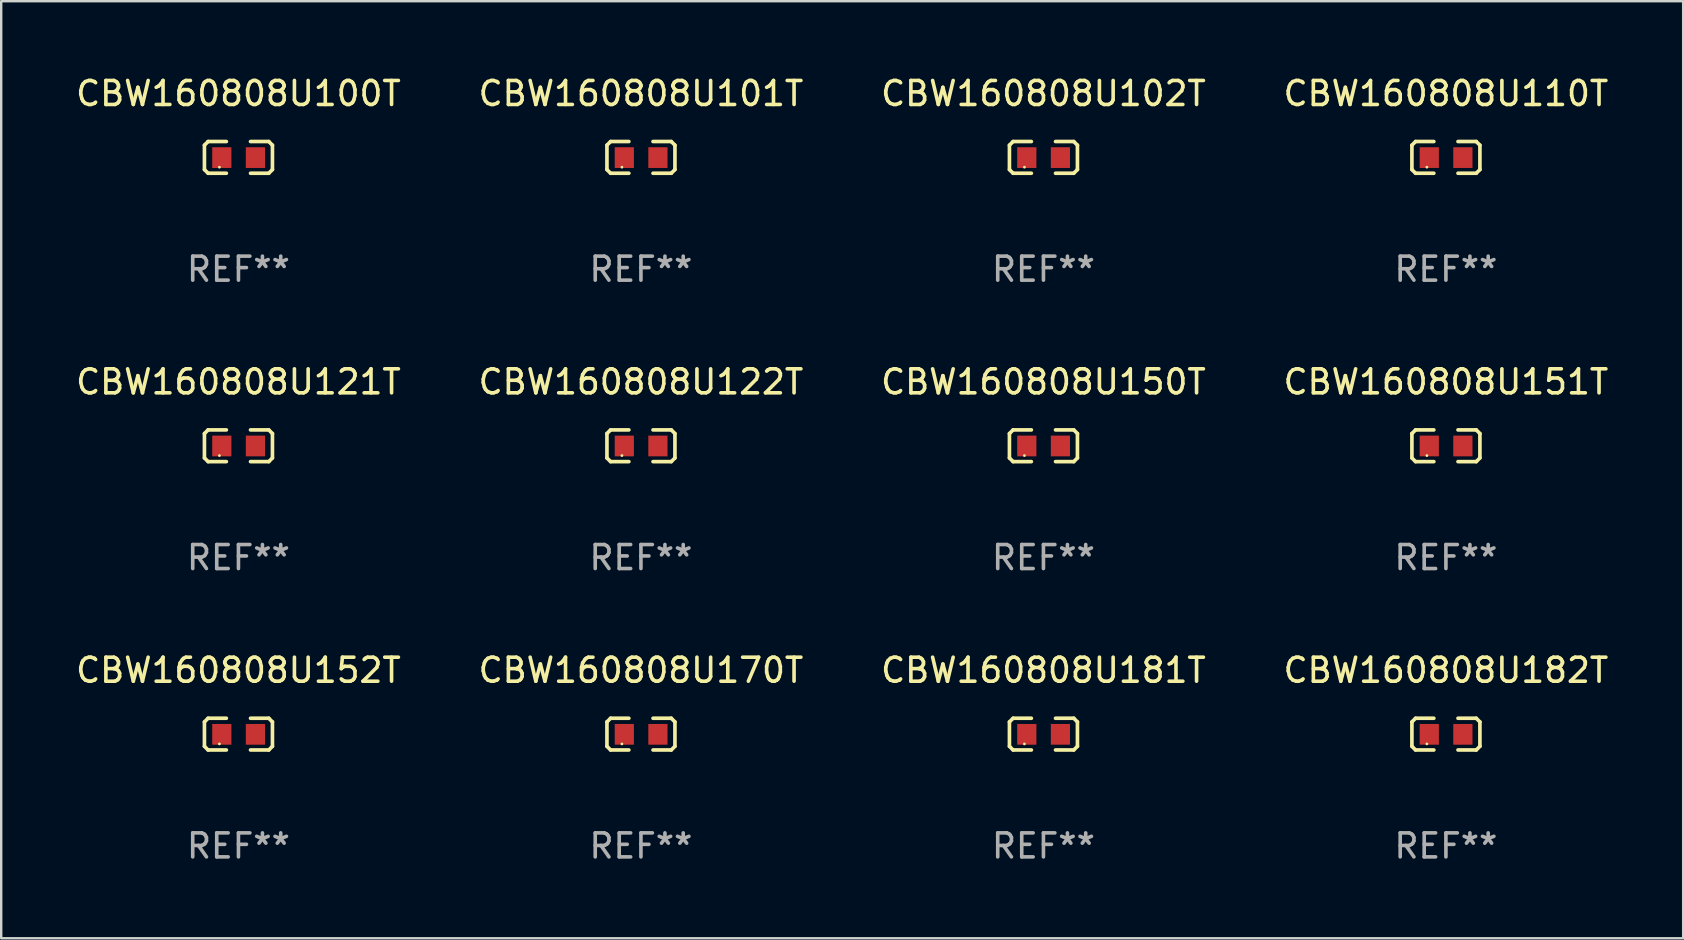
<source format=kicad_pcb>
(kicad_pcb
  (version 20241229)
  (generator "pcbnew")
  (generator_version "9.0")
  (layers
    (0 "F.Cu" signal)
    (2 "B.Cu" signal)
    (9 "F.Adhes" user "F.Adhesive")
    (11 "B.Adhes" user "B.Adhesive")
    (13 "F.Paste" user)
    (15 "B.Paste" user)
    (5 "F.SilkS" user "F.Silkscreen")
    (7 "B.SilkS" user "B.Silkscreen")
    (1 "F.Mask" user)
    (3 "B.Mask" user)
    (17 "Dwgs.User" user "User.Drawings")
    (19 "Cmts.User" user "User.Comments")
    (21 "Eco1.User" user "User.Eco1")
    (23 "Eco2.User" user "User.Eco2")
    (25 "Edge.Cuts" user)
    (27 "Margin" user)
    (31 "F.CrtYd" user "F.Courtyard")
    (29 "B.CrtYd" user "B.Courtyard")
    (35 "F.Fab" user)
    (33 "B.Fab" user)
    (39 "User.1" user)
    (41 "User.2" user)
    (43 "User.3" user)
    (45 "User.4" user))
  (footprint "CBW160808U110T"
    (layer "F.Cu")
    (at 57.208 3.509)
    (property "Reference" "CBW160808U110T" (at 0 -2.661 0) (layer "F.SilkS") (effects (font (size 1 1) (thickness 0.15))))
    (attr through_hole)
    (fp_line (start -1.417 -0.508) (end -1.265 -0.661) (stroke (width 0.152) (type solid)) (layer "F.SilkS"))
    (fp_line (start -1.417 0.508) (end -1.417 -0.508) (stroke (width 0.152) (type solid)) (layer "F.SilkS"))
    (fp_line (start -1.265 -0.661) (end -0.503 -0.661) (stroke (width 0.152) (type solid)) (layer "F.SilkS"))
    (fp_line (start -1.265 0.661) (end -1.417 0.508) (stroke (width 0.152) (type solid)) (layer "F.SilkS"))
    (fp_line (start -1.265 0.661) (end -0.503 0.661) (stroke (width 0.152) (type solid)) (layer "F.SilkS"))
    (fp_line (start 1.265 -0.661) (end 0.503 -0.661) (stroke (width 0.152) (type solid)) (layer "F.SilkS"))
    (fp_line (start 1.265 -0.661) (end 1.417 -0.508) (stroke (width 0.152) (type solid)) (layer "F.SilkS"))
    (fp_line (start 1.265 0.661) (end 0.503 0.661) (stroke (width 0.152) (type solid)) (layer "F.SilkS"))
    (fp_line (start 1.417 -0.508) (end 1.417 0.508) (stroke (width 0.152) (type solid)) (layer "F.SilkS"))
    (fp_line (start 1.417 0.508) (end 1.265 0.661) (stroke (width 0.152) (type solid)) (layer "F.SilkS"))
    (fp_circle (center -0.793 0.409) (end -0.763 0.409) (stroke (width 0.06) (type solid)) (fill no) (layer "F.SilkS"))
    (fp_text user "REF**" (at 0 4.661 0) (layer "F.Fab") (effects (font (size 1 1) (thickness 0.15))))
    (pad "1" smd rect (at -0.693 0.009 180) (size 0.8 0.864) (layers "F.Cu" "F.Mask" "F.Paste"))
    (pad "2" smd rect (at 0.707 0.009 180) (size 0.8 0.864) (layers "F.Cu" "F.Mask" "F.Paste")))
  (footprint "CBW160808U122T"
    (layer "F.Cu")
    (at 23.661 15.527)
    (property "Reference" "CBW160808U122T" (at 0 -2.661 0) (layer "F.SilkS") (effects (font (size 1 1) (thickness 0.15))))
    (attr through_hole)
    (fp_line (start -1.417 -0.508) (end -1.265 -0.661) (stroke (width 0.152) (type solid)) (layer "F.SilkS"))
    (fp_line (start -1.417 0.508) (end -1.417 -0.508) (stroke (width 0.152) (type solid)) (layer "F.SilkS"))
    (fp_line (start -1.265 -0.661) (end -0.503 -0.661) (stroke (width 0.152) (type solid)) (layer "F.SilkS"))
    (fp_line (start -1.265 0.661) (end -1.417 0.508) (stroke (width 0.152) (type solid)) (layer "F.SilkS"))
    (fp_line (start -1.265 0.661) (end -0.503 0.661) (stroke (width 0.152) (type solid)) (layer "F.SilkS"))
    (fp_line (start 1.265 -0.661) (end 0.503 -0.661) (stroke (width 0.152) (type solid)) (layer "F.SilkS"))
    (fp_line (start 1.265 -0.661) (end 1.417 -0.508) (stroke (width 0.152) (type solid)) (layer "F.SilkS"))
    (fp_line (start 1.265 0.661) (end 0.503 0.661) (stroke (width 0.152) (type solid)) (layer "F.SilkS"))
    (fp_line (start 1.417 -0.508) (end 1.417 0.508) (stroke (width 0.152) (type solid)) (layer "F.SilkS"))
    (fp_line (start 1.417 0.508) (end 1.265 0.661) (stroke (width 0.152) (type solid)) (layer "F.SilkS"))
    (fp_circle (center -0.793 0.409) (end -0.763 0.409) (stroke (width 0.06) (type solid)) (fill no) (layer "F.SilkS"))
    (fp_text user "REF**" (at 0 4.661 0) (layer "F.Fab") (effects (font (size 1 1) (thickness 0.15))))
    (pad "1" smd rect (at -0.693 0.009 180) (size 0.8 0.864) (layers "F.Cu" "F.Mask" "F.Paste"))
    (pad "2" smd rect (at 0.707 0.009 180) (size 0.8 0.864) (layers "F.Cu" "F.Mask" "F.Paste")))
  (footprint "CBW160808U181T"
    (layer "F.Cu")
    (at 40.435 27.544)
    (property "Reference" "CBW160808U181T" (at 0 -2.661 0) (layer "F.SilkS") (effects (font (size 1 1) (thickness 0.15))))
    (attr through_hole)
    (fp_line (start -1.417 -0.508) (end -1.265 -0.661) (stroke (width 0.152) (type solid)) (layer "F.SilkS"))
    (fp_line (start -1.417 0.508) (end -1.417 -0.508) (stroke (width 0.152) (type solid)) (layer "F.SilkS"))
    (fp_line (start -1.265 -0.661) (end -0.503 -0.661) (stroke (width 0.152) (type solid)) (layer "F.SilkS"))
    (fp_line (start -1.265 0.661) (end -1.417 0.508) (stroke (width 0.152) (type solid)) (layer "F.SilkS"))
    (fp_line (start -1.265 0.661) (end -0.503 0.661) (stroke (width 0.152) (type solid)) (layer "F.SilkS"))
    (fp_line (start 1.265 -0.661) (end 0.503 -0.661) (stroke (width 0.152) (type solid)) (layer "F.SilkS"))
    (fp_line (start 1.265 -0.661) (end 1.417 -0.508) (stroke (width 0.152) (type solid)) (layer "F.SilkS"))
    (fp_line (start 1.265 0.661) (end 0.503 0.661) (stroke (width 0.152) (type solid)) (layer "F.SilkS"))
    (fp_line (start 1.417 -0.508) (end 1.417 0.508) (stroke (width 0.152) (type solid)) (layer "F.SilkS"))
    (fp_line (start 1.417 0.508) (end 1.265 0.661) (stroke (width 0.152) (type solid)) (layer "F.SilkS"))
    (fp_circle (center -0.793 0.409) (end -0.763 0.409) (stroke (width 0.06) (type solid)) (fill no) (layer "F.SilkS"))
    (fp_text user "REF**" (at 0 4.661 0) (layer "F.Fab") (effects (font (size 1 1) (thickness 0.15))))
    (pad "1" smd rect (at -0.693 0.009 180) (size 0.8 0.864) (layers "F.Cu" "F.Mask" "F.Paste"))
    (pad "2" smd rect (at 0.707 0.009 180) (size 0.8 0.864) (layers "F.Cu" "F.Mask" "F.Paste")))
  (footprint "CBW160808U121T"
    (layer "F.Cu")
    (at 6.887 15.527)
    (property "Reference" "CBW160808U121T" (at 0 -2.661 0) (layer "F.SilkS") (effects (font (size 1 1) (thickness 0.15))))
    (attr through_hole)
    (fp_line (start -1.417 -0.508) (end -1.265 -0.661) (stroke (width 0.152) (type solid)) (layer "F.SilkS"))
    (fp_line (start -1.417 0.508) (end -1.417 -0.508) (stroke (width 0.152) (type solid)) (layer "F.SilkS"))
    (fp_line (start -1.265 -0.661) (end -0.503 -0.661) (stroke (width 0.152) (type solid)) (layer "F.SilkS"))
    (fp_line (start -1.265 0.661) (end -1.417 0.508) (stroke (width 0.152) (type solid)) (layer "F.SilkS"))
    (fp_line (start -1.265 0.661) (end -0.503 0.661) (stroke (width 0.152) (type solid)) (layer "F.SilkS"))
    (fp_line (start 1.265 -0.661) (end 0.503 -0.661) (stroke (width 0.152) (type solid)) (layer "F.SilkS"))
    (fp_line (start 1.265 -0.661) (end 1.417 -0.508) (stroke (width 0.152) (type solid)) (layer "F.SilkS"))
    (fp_line (start 1.265 0.661) (end 0.503 0.661) (stroke (width 0.152) (type solid)) (layer "F.SilkS"))
    (fp_line (start 1.417 -0.508) (end 1.417 0.508) (stroke (width 0.152) (type solid)) (layer "F.SilkS"))
    (fp_line (start 1.417 0.508) (end 1.265 0.661) (stroke (width 0.152) (type solid)) (layer "F.SilkS"))
    (fp_circle (center -0.793 0.409) (end -0.763 0.409) (stroke (width 0.06) (type solid)) (fill no) (layer "F.SilkS"))
    (fp_text user "REF**" (at 0 4.661 0) (layer "F.Fab") (effects (font (size 1 1) (thickness 0.15))))
    (pad "1" smd rect (at -0.693 0.009 180) (size 0.8 0.864) (layers "F.Cu" "F.Mask" "F.Paste"))
    (pad "2" smd rect (at 0.707 0.009 180) (size 0.8 0.864) (layers "F.Cu" "F.Mask" "F.Paste")))
  (footprint "CBW160808U152T"
    (layer "F.Cu")
    (at 6.887 27.544)
    (property "Reference" "CBW160808U152T" (at 0 -2.661 0) (layer "F.SilkS") (effects (font (size 1 1) (thickness 0.15))))
    (attr through_hole)
    (fp_line (start -1.417 -0.508) (end -1.265 -0.661) (stroke (width 0.152) (type solid)) (layer "F.SilkS"))
    (fp_line (start -1.417 0.508) (end -1.417 -0.508) (stroke (width 0.152) (type solid)) (layer "F.SilkS"))
    (fp_line (start -1.265 -0.661) (end -0.503 -0.661) (stroke (width 0.152) (type solid)) (layer "F.SilkS"))
    (fp_line (start -1.265 0.661) (end -1.417 0.508) (stroke (width 0.152) (type solid)) (layer "F.SilkS"))
    (fp_line (start -1.265 0.661) (end -0.503 0.661) (stroke (width 0.152) (type solid)) (layer "F.SilkS"))
    (fp_line (start 1.265 -0.661) (end 0.503 -0.661) (stroke (width 0.152) (type solid)) (layer "F.SilkS"))
    (fp_line (start 1.265 -0.661) (end 1.417 -0.508) (stroke (width 0.152) (type solid)) (layer "F.SilkS"))
    (fp_line (start 1.265 0.661) (end 0.503 0.661) (stroke (width 0.152) (type solid)) (layer "F.SilkS"))
    (fp_line (start 1.417 -0.508) (end 1.417 0.508) (stroke (width 0.152) (type solid)) (layer "F.SilkS"))
    (fp_line (start 1.417 0.508) (end 1.265 0.661) (stroke (width 0.152) (type solid)) (layer "F.SilkS"))
    (fp_circle (center -0.793 0.409) (end -0.763 0.409) (stroke (width 0.06) (type solid)) (fill no) (layer "F.SilkS"))
    (fp_text user "REF**" (at 0 4.661 0) (layer "F.Fab") (effects (font (size 1 1) (thickness 0.15))))
    (pad "1" smd rect (at -0.693 0.009 180) (size 0.8 0.864) (layers "F.Cu" "F.Mask" "F.Paste"))
    (pad "2" smd rect (at 0.707 0.009 180) (size 0.8 0.864) (layers "F.Cu" "F.Mask" "F.Paste")))
  (footprint "CBW160808U151T"
    (layer "F.Cu")
    (at 57.208 15.527)
    (property "Reference" "CBW160808U151T" (at 0 -2.661 0) (layer "F.SilkS") (effects (font (size 1 1) (thickness 0.15))))
    (attr through_hole)
    (fp_line (start -1.417 -0.508) (end -1.265 -0.661) (stroke (width 0.152) (type solid)) (layer "F.SilkS"))
    (fp_line (start -1.417 0.508) (end -1.417 -0.508) (stroke (width 0.152) (type solid)) (layer "F.SilkS"))
    (fp_line (start -1.265 -0.661) (end -0.503 -0.661) (stroke (width 0.152) (type solid)) (layer "F.SilkS"))
    (fp_line (start -1.265 0.661) (end -1.417 0.508) (stroke (width 0.152) (type solid)) (layer "F.SilkS"))
    (fp_line (start -1.265 0.661) (end -0.503 0.661) (stroke (width 0.152) (type solid)) (layer "F.SilkS"))
    (fp_line (start 1.265 -0.661) (end 0.503 -0.661) (stroke (width 0.152) (type solid)) (layer "F.SilkS"))
    (fp_line (start 1.265 -0.661) (end 1.417 -0.508) (stroke (width 0.152) (type solid)) (layer "F.SilkS"))
    (fp_line (start 1.265 0.661) (end 0.503 0.661) (stroke (width 0.152) (type solid)) (layer "F.SilkS"))
    (fp_line (start 1.417 -0.508) (end 1.417 0.508) (stroke (width 0.152) (type solid)) (layer "F.SilkS"))
    (fp_line (start 1.417 0.508) (end 1.265 0.661) (stroke (width 0.152) (type solid)) (layer "F.SilkS"))
    (fp_circle (center -0.793 0.409) (end -0.763 0.409) (stroke (width 0.06) (type solid)) (fill no) (layer "F.SilkS"))
    (fp_text user "REF**" (at 0 4.661 0) (layer "F.Fab") (effects (font (size 1 1) (thickness 0.15))))
    (pad "1" smd rect (at -0.693 0.009 180) (size 0.8 0.864) (layers "F.Cu" "F.Mask" "F.Paste"))
    (pad "2" smd rect (at 0.707 0.009 180) (size 0.8 0.864) (layers "F.Cu" "F.Mask" "F.Paste")))
  (footprint "CBW160808U182T"
    (layer "F.Cu")
    (at 57.208 27.544)
    (property "Reference" "CBW160808U182T" (at 0 -2.661 0) (layer "F.SilkS") (effects (font (size 1 1) (thickness 0.15))))
    (attr through_hole)
    (fp_line (start -1.417 -0.508) (end -1.265 -0.661) (stroke (width 0.152) (type solid)) (layer "F.SilkS"))
    (fp_line (start -1.417 0.508) (end -1.417 -0.508) (stroke (width 0.152) (type solid)) (layer "F.SilkS"))
    (fp_line (start -1.265 -0.661) (end -0.503 -0.661) (stroke (width 0.152) (type solid)) (layer "F.SilkS"))
    (fp_line (start -1.265 0.661) (end -1.417 0.508) (stroke (width 0.152) (type solid)) (layer "F.SilkS"))
    (fp_line (start -1.265 0.661) (end -0.503 0.661) (stroke (width 0.152) (type solid)) (layer "F.SilkS"))
    (fp_line (start 1.265 -0.661) (end 0.503 -0.661) (stroke (width 0.152) (type solid)) (layer "F.SilkS"))
    (fp_line (start 1.265 -0.661) (end 1.417 -0.508) (stroke (width 0.152) (type solid)) (layer "F.SilkS"))
    (fp_line (start 1.265 0.661) (end 0.503 0.661) (stroke (width 0.152) (type solid)) (layer "F.SilkS"))
    (fp_line (start 1.417 -0.508) (end 1.417 0.508) (stroke (width 0.152) (type solid)) (layer "F.SilkS"))
    (fp_line (start 1.417 0.508) (end 1.265 0.661) (stroke (width 0.152) (type solid)) (layer "F.SilkS"))
    (fp_circle (center -0.793 0.409) (end -0.763 0.409) (stroke (width 0.06) (type solid)) (fill no) (layer "F.SilkS"))
    (fp_text user "REF**" (at 0 4.661 0) (layer "F.Fab") (effects (font (size 1 1) (thickness 0.15))))
    (pad "1" smd rect (at -0.693 0.009 180) (size 0.8 0.864) (layers "F.Cu" "F.Mask" "F.Paste"))
    (pad "2" smd rect (at 0.707 0.009 180) (size 0.8 0.864) (layers "F.Cu" "F.Mask" "F.Paste")))
  (footprint "CBW160808U100T"
    (layer "F.Cu")
    (at 6.887 3.509)
    (property "Reference" "CBW160808U100T" (at 0 -2.661 0) (layer "F.SilkS") (effects (font (size 1 1) (thickness 0.15))))
    (attr through_hole)
    (fp_line (start -1.417 -0.508) (end -1.265 -0.661) (stroke (width 0.152) (type solid)) (layer "F.SilkS"))
    (fp_line (start -1.417 0.508) (end -1.417 -0.508) (stroke (width 0.152) (type solid)) (layer "F.SilkS"))
    (fp_line (start -1.265 -0.661) (end -0.503 -0.661) (stroke (width 0.152) (type solid)) (layer "F.SilkS"))
    (fp_line (start -1.265 0.661) (end -1.417 0.508) (stroke (width 0.152) (type solid)) (layer "F.SilkS"))
    (fp_line (start -1.265 0.661) (end -0.503 0.661) (stroke (width 0.152) (type solid)) (layer "F.SilkS"))
    (fp_line (start 1.265 -0.661) (end 0.503 -0.661) (stroke (width 0.152) (type solid)) (layer "F.SilkS"))
    (fp_line (start 1.265 -0.661) (end 1.417 -0.508) (stroke (width 0.152) (type solid)) (layer "F.SilkS"))
    (fp_line (start 1.265 0.661) (end 0.503 0.661) (stroke (width 0.152) (type solid)) (layer "F.SilkS"))
    (fp_line (start 1.417 -0.508) (end 1.417 0.508) (stroke (width 0.152) (type solid)) (layer "F.SilkS"))
    (fp_line (start 1.417 0.508) (end 1.265 0.661) (stroke (width 0.152) (type solid)) (layer "F.SilkS"))
    (fp_circle (center -0.793 0.409) (end -0.763 0.409) (stroke (width 0.06) (type solid)) (fill no) (layer "F.SilkS"))
    (fp_text user "REF**" (at 0 4.661 0) (layer "F.Fab") (effects (font (size 1 1) (thickness 0.15))))
    (pad "1" smd rect (at -0.693 0.009 180) (size 0.8 0.864) (layers "F.Cu" "F.Mask" "F.Paste"))
    (pad "2" smd rect (at 0.707 0.009 180) (size 0.8 0.864) (layers "F.Cu" "F.Mask" "F.Paste")))
  (footprint "CBW160808U170T"
    (layer "F.Cu")
    (at 23.661 27.544)
    (property "Reference" "CBW160808U170T" (at 0 -2.661 0) (layer "F.SilkS") (effects (font (size 1 1) (thickness 0.15))))
    (attr through_hole)
    (fp_line (start -1.417 -0.508) (end -1.265 -0.661) (stroke (width 0.152) (type solid)) (layer "F.SilkS"))
    (fp_line (start -1.417 0.508) (end -1.417 -0.508) (stroke (width 0.152) (type solid)) (layer "F.SilkS"))
    (fp_line (start -1.265 -0.661) (end -0.503 -0.661) (stroke (width 0.152) (type solid)) (layer "F.SilkS"))
    (fp_line (start -1.265 0.661) (end -1.417 0.508) (stroke (width 0.152) (type solid)) (layer "F.SilkS"))
    (fp_line (start -1.265 0.661) (end -0.503 0.661) (stroke (width 0.152) (type solid)) (layer "F.SilkS"))
    (fp_line (start 1.265 -0.661) (end 0.503 -0.661) (stroke (width 0.152) (type solid)) (layer "F.SilkS"))
    (fp_line (start 1.265 -0.661) (end 1.417 -0.508) (stroke (width 0.152) (type solid)) (layer "F.SilkS"))
    (fp_line (start 1.265 0.661) (end 0.503 0.661) (stroke (width 0.152) (type solid)) (layer "F.SilkS"))
    (fp_line (start 1.417 -0.508) (end 1.417 0.508) (stroke (width 0.152) (type solid)) (layer "F.SilkS"))
    (fp_line (start 1.417 0.508) (end 1.265 0.661) (stroke (width 0.152) (type solid)) (layer "F.SilkS"))
    (fp_circle (center -0.793 0.409) (end -0.763 0.409) (stroke (width 0.06) (type solid)) (fill no) (layer "F.SilkS"))
    (fp_text user "REF**" (at 0 4.661 0) (layer "F.Fab") (effects (font (size 1 1) (thickness 0.15))))
    (pad "1" smd rect (at -0.693 0.009 180) (size 0.8 0.864) (layers "F.Cu" "F.Mask" "F.Paste"))
    (pad "2" smd rect (at 0.707 0.009 180) (size 0.8 0.864) (layers "F.Cu" "F.Mask" "F.Paste")))
  (footprint "CBW160808U150T"
    (layer "F.Cu")
    (at 40.435 15.527)
    (property "Reference" "CBW160808U150T" (at 0 -2.661 0) (layer "F.SilkS") (effects (font (size 1 1) (thickness 0.15))))
    (attr through_hole)
    (fp_line (start -1.417 -0.508) (end -1.265 -0.661) (stroke (width 0.152) (type solid)) (layer "F.SilkS"))
    (fp_line (start -1.417 0.508) (end -1.417 -0.508) (stroke (width 0.152) (type solid)) (layer "F.SilkS"))
    (fp_line (start -1.265 -0.661) (end -0.503 -0.661) (stroke (width 0.152) (type solid)) (layer "F.SilkS"))
    (fp_line (start -1.265 0.661) (end -1.417 0.508) (stroke (width 0.152) (type solid)) (layer "F.SilkS"))
    (fp_line (start -1.265 0.661) (end -0.503 0.661) (stroke (width 0.152) (type solid)) (layer "F.SilkS"))
    (fp_line (start 1.265 -0.661) (end 0.503 -0.661) (stroke (width 0.152) (type solid)) (layer "F.SilkS"))
    (fp_line (start 1.265 -0.661) (end 1.417 -0.508) (stroke (width 0.152) (type solid)) (layer "F.SilkS"))
    (fp_line (start 1.265 0.661) (end 0.503 0.661) (stroke (width 0.152) (type solid)) (layer "F.SilkS"))
    (fp_line (start 1.417 -0.508) (end 1.417 0.508) (stroke (width 0.152) (type solid)) (layer "F.SilkS"))
    (fp_line (start 1.417 0.508) (end 1.265 0.661) (stroke (width 0.152) (type solid)) (layer "F.SilkS"))
    (fp_circle (center -0.793 0.409) (end -0.763 0.409) (stroke (width 0.06) (type solid)) (fill no) (layer "F.SilkS"))
    (fp_text user "REF**" (at 0 4.661 0) (layer "F.Fab") (effects (font (size 1 1) (thickness 0.15))))
    (pad "1" smd rect (at -0.693 0.009 180) (size 0.8 0.864) (layers "F.Cu" "F.Mask" "F.Paste"))
    (pad "2" smd rect (at 0.707 0.009 180) (size 0.8 0.864) (layers "F.Cu" "F.Mask" "F.Paste")))
  (footprint "CBW160808U102T"
    (layer "F.Cu")
    (at 40.435 3.509)
    (property "Reference" "CBW160808U102T" (at 0 -2.661 0) (layer "F.SilkS") (effects (font (size 1 1) (thickness 0.15))))
    (attr through_hole)
    (fp_line (start -1.417 -0.508) (end -1.265 -0.661) (stroke (width 0.152) (type solid)) (layer "F.SilkS"))
    (fp_line (start -1.417 0.508) (end -1.417 -0.508) (stroke (width 0.152) (type solid)) (layer "F.SilkS"))
    (fp_line (start -1.265 -0.661) (end -0.503 -0.661) (stroke (width 0.152) (type solid)) (layer "F.SilkS"))
    (fp_line (start -1.265 0.661) (end -1.417 0.508) (stroke (width 0.152) (type solid)) (layer "F.SilkS"))
    (fp_line (start -1.265 0.661) (end -0.503 0.661) (stroke (width 0.152) (type solid)) (layer "F.SilkS"))
    (fp_line (start 1.265 -0.661) (end 0.503 -0.661) (stroke (width 0.152) (type solid)) (layer "F.SilkS"))
    (fp_line (start 1.265 -0.661) (end 1.417 -0.508) (stroke (width 0.152) (type solid)) (layer "F.SilkS"))
    (fp_line (start 1.265 0.661) (end 0.503 0.661) (stroke (width 0.152) (type solid)) (layer "F.SilkS"))
    (fp_line (start 1.417 -0.508) (end 1.417 0.508) (stroke (width 0.152) (type solid)) (layer "F.SilkS"))
    (fp_line (start 1.417 0.508) (end 1.265 0.661) (stroke (width 0.152) (type solid)) (layer "F.SilkS"))
    (fp_circle (center -0.793 0.409) (end -0.763 0.409) (stroke (width 0.06) (type solid)) (fill no) (layer "F.SilkS"))
    (fp_text user "REF**" (at 0 4.661 0) (layer "F.Fab") (effects (font (size 1 1) (thickness 0.15))))
    (pad "1" smd rect (at -0.693 0.009 180) (size 0.8 0.864) (layers "F.Cu" "F.Mask" "F.Paste"))
    (pad "2" smd rect (at 0.707 0.009 180) (size 0.8 0.864) (layers "F.Cu" "F.Mask" "F.Paste")))
  (footprint "CBW160808U101T"
    (layer "F.Cu")
    (at 23.661 3.509)
    (property "Reference" "CBW160808U101T" (at 0 -2.661 0) (layer "F.SilkS") (effects (font (size 1 1) (thickness 0.15))))
    (attr through_hole)
    (fp_line (start -1.417 -0.508) (end -1.265 -0.661) (stroke (width 0.152) (type solid)) (layer "F.SilkS"))
    (fp_line (start -1.417 0.508) (end -1.417 -0.508) (stroke (width 0.152) (type solid)) (layer "F.SilkS"))
    (fp_line (start -1.265 -0.661) (end -0.503 -0.661) (stroke (width 0.152) (type solid)) (layer "F.SilkS"))
    (fp_line (start -1.265 0.661) (end -1.417 0.508) (stroke (width 0.152) (type solid)) (layer "F.SilkS"))
    (fp_line (start -1.265 0.661) (end -0.503 0.661) (stroke (width 0.152) (type solid)) (layer "F.SilkS"))
    (fp_line (start 1.265 -0.661) (end 0.503 -0.661) (stroke (width 0.152) (type solid)) (layer "F.SilkS"))
    (fp_line (start 1.265 -0.661) (end 1.417 -0.508) (stroke (width 0.152) (type solid)) (layer "F.SilkS"))
    (fp_line (start 1.265 0.661) (end 0.503 0.661) (stroke (width 0.152) (type solid)) (layer "F.SilkS"))
    (fp_line (start 1.417 -0.508) (end 1.417 0.508) (stroke (width 0.152) (type solid)) (layer "F.SilkS"))
    (fp_line (start 1.417 0.508) (end 1.265 0.661) (stroke (width 0.152) (type solid)) (layer "F.SilkS"))
    (fp_circle (center -0.793 0.409) (end -0.763 0.409) (stroke (width 0.06) (type solid)) (fill no) (layer "F.SilkS"))
    (fp_text user "REF**" (at 0 4.661 0) (layer "F.Fab") (effects (font (size 1 1) (thickness 0.15))))
    (pad "1" smd rect (at -0.693 0.009 180) (size 0.8 0.864) (layers "F.Cu" "F.Mask" "F.Paste"))
    (pad "2" smd rect (at 0.707 0.009 180) (size 0.8 0.864) (layers "F.Cu" "F.Mask" "F.Paste")))
  (gr_rect
    (start -3 -3)
    (end 67.095 36.053)
    (stroke (width 0.1) (type default))
    (fill no)
    (layer "Edge.Cuts")))
</source>
